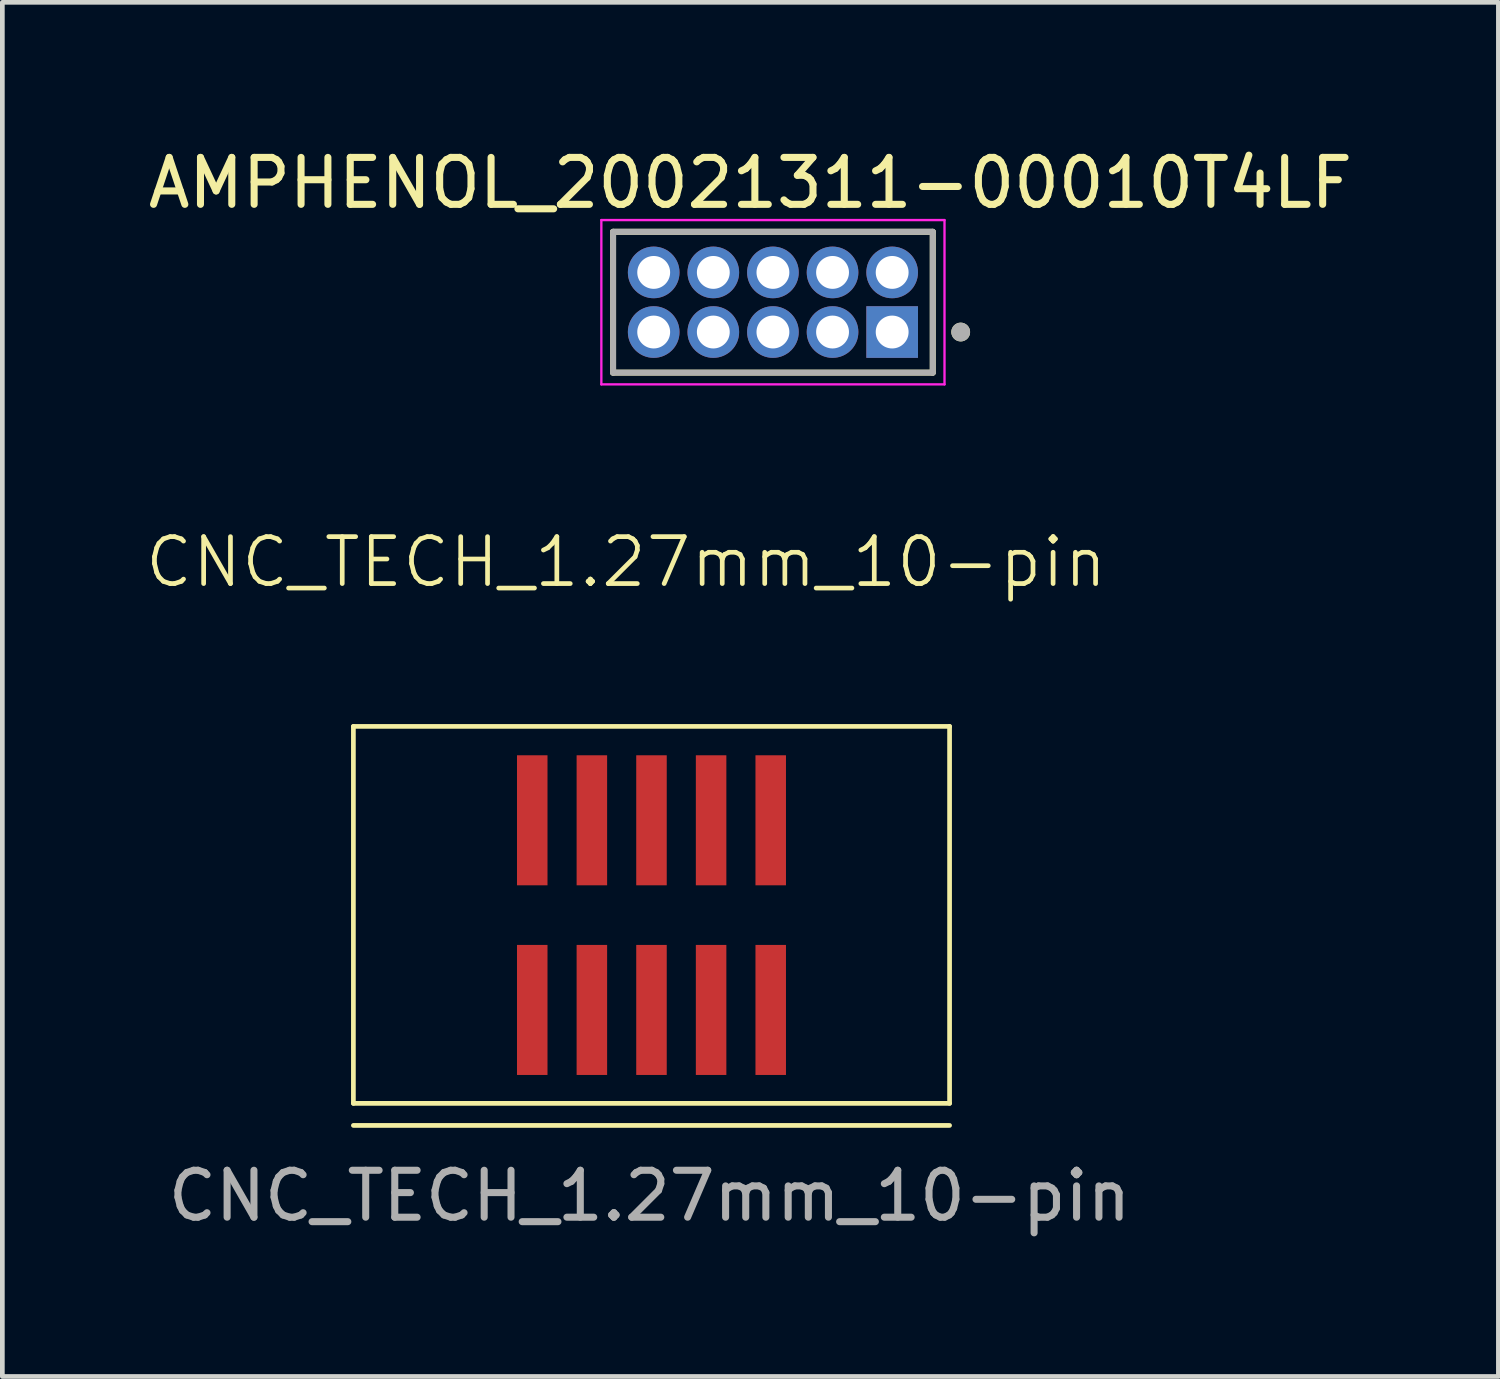
<source format=kicad_pcb>
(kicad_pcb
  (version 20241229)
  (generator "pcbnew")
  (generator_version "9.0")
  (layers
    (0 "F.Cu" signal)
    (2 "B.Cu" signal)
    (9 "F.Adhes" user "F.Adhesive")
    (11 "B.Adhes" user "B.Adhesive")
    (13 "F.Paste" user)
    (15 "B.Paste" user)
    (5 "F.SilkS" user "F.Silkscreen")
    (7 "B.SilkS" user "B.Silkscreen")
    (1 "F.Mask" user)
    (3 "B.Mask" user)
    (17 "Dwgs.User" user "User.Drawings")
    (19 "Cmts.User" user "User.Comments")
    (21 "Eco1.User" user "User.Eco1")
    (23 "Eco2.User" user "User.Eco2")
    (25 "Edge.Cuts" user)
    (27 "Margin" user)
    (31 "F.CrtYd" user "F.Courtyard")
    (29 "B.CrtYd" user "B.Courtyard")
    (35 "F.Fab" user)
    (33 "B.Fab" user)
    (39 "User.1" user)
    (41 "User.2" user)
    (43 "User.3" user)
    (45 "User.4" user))
  (footprint "CNC_TECH_1.27mm_10-pin"
    (layer "F.Cu")
    (at 10.788 16.424)
    (property "Reference" "CNC_TECH_1.27mm_10-pin" (at -0.5 -7.5 0) (unlocked yes) (layer "F.SilkS") (effects (font (size 1 1) (thickness 0.1))))
    (attr smd)
    (fp_line (start -6.31 -4) (end 6.39 -4) (stroke (width 0.1) (type default)) (layer "F.SilkS"))
    (fp_line (start -6.31 4.03) (end -6.31 -4) (stroke (width 0.1) (type default)) (layer "F.SilkS"))
    (fp_line (start -6.31 4.5) (end 6.39 4.5) (stroke (width 0.1) (type default)) (layer "F.SilkS"))
    (fp_line (start 6.39 -4) (end 6.39 4.03) (stroke (width 0.1) (type default)) (layer "F.SilkS"))
    (fp_line (start 6.39 4.03) (end -6.31 4.03) (stroke (width 0.1) (type default)) (layer "F.SilkS"))
    (fp_text user "${REFERENCE}" (at 0 6 0) (unlocked yes) (layer "F.Fab") (effects (font (size 1 1) (thickness 0.15))))
    (pad "1" smd rect (at 2.58 -2) (size 0.65 2.77) (layers "F.Cu" "F.Mask" "F.Paste"))
    (pad "2" smd rect (at 2.58 2.04) (size 0.65 2.77) (layers "F.Cu" "F.Mask" "F.Paste"))
    (pad "3" smd rect (at 1.31 -2) (size 0.65 2.77) (layers "F.Cu" "F.Mask" "F.Paste"))
    (pad "4" smd rect (at 1.31 2.04) (size 0.65 2.77) (layers "F.Cu" "F.Mask" "F.Paste"))
    (pad "5" smd rect (at 0.04 -2) (size 0.65 2.77) (layers "F.Cu" "F.Mask" "F.Paste"))
    (pad "6" smd rect (at 0.04 2.04) (size 0.65 2.77) (layers "F.Cu" "F.Mask" "F.Paste"))
    (pad "7" smd rect (at -1.23 -2) (size 0.65 2.77) (layers "F.Cu" "F.Mask" "F.Paste"))
    (pad "8" smd rect (at -1.23 2.04) (size 0.65 2.77) (layers "F.Cu" "F.Mask" "F.Paste"))
    (pad "9" smd rect (at -2.5 -2) (size 0.65 2.77) (layers "F.Cu" "F.Mask" "F.Paste"))
    (pad "10" smd rect (at -2.5 2.04) (size 0.65 2.77) (layers "F.Cu" "F.Mask" "F.Paste")))
  (footprint "AMPHENOL_20021311-00010T4LF"
    (layer "F.Cu")
    (at 13.415 3.388)
    (property "Reference" "AMPHENOL_20021311-00010T4LF" (at -0.48 -2.54 0) (layer "F.SilkS") (effects (font (size 1 1) (thickness 0.15))))
    (attr through_hole)
    (fp_line (start -3.405 -1.5) (end 3.405 -1.5) (stroke (width 0.127) (type solid)) (layer "F.SilkS"))
    (fp_line (start -3.405 1.5) (end -3.405 -1.5) (stroke (width 0.127) (type solid)) (layer "F.SilkS"))
    (fp_line (start 3.405 -1.5) (end 3.405 1.5) (stroke (width 0.127) (type solid)) (layer "F.SilkS"))
    (fp_line (start 3.405 1.5) (end -3.405 1.5) (stroke (width 0.127) (type solid)) (layer "F.SilkS"))
    (fp_circle (center 4 0.635) (end 4.1 0.635) (stroke (width 0.2) (type solid)) (fill no) (layer "F.SilkS"))
    (fp_line (start -3.655 -1.75) (end 3.655 -1.75) (stroke (width 0.05) (type solid)) (layer "F.CrtYd"))
    (fp_line (start -3.655 1.75) (end -3.655 -1.75) (stroke (width 0.05) (type solid)) (layer "F.CrtYd"))
    (fp_line (start 3.655 -1.75) (end 3.655 1.75) (stroke (width 0.05) (type solid)) (layer "F.CrtYd"))
    (fp_line (start 3.655 1.75) (end -3.655 1.75) (stroke (width 0.05) (type solid)) (layer "F.CrtYd"))
    (fp_line (start -3.405 -1.5) (end 3.405 -1.5) (stroke (width 0.127) (type solid)) (layer "F.Fab"))
    (fp_line (start -3.405 1.5) (end -3.405 -1.5) (stroke (width 0.127) (type solid)) (layer "F.Fab"))
    (fp_line (start 3.405 -1.5) (end 3.405 1.5) (stroke (width 0.127) (type solid)) (layer "F.Fab"))
    (fp_line (start 3.405 1.5) (end -3.405 1.5) (stroke (width 0.127) (type solid)) (layer "F.Fab"))
    (fp_circle (center 4 0.635) (end 4.1 0.635) (stroke (width 0.2) (type solid)) (fill no) (layer "F.Fab"))
    (pad "1" thru_hole rect (at 2.54 0.635) (size 1.1 1.1) (drill 0.7) (layers "*.Cu" "*.Mask"))
    (pad "2" thru_hole circle (at 2.54 -0.635) (size 1.1 1.1) (drill 0.7) (layers "*.Cu" "*.Mask"))
    (pad "3" thru_hole circle (at 1.27 0.635) (size 1.1 1.1) (drill 0.7) (layers "*.Cu" "*.Mask"))
    (pad "4" thru_hole circle (at 1.27 -0.635) (size 1.1 1.1) (drill 0.7) (layers "*.Cu" "*.Mask"))
    (pad "5" thru_hole circle (at 0 0.635) (size 1.1 1.1) (drill 0.7) (layers "*.Cu" "*.Mask"))
    (pad "6" thru_hole circle (at 0 -0.635) (size 1.1 1.1) (drill 0.7) (layers "*.Cu" "*.Mask"))
    (pad "7" thru_hole circle (at -1.27 0.635) (size 1.1 1.1) (drill 0.7) (layers "*.Cu" "*.Mask"))
    (pad "8" thru_hole circle (at -1.27 -0.635) (size 1.1 1.1) (drill 0.7) (layers "*.Cu" "*.Mask"))
    (pad "9" thru_hole circle (at -2.54 0.635) (size 1.1 1.1) (drill 0.7) (layers "*.Cu" "*.Mask"))
    (pad "10" thru_hole circle (at -2.54 -0.635) (size 1.1 1.1) (drill 0.7) (layers "*.Cu" "*.Mask")))
  (gr_rect
    (start -3 -3)
    (end 28.869 26.272)
    (stroke (width 0.1) (type default))
    (fill no)
    (layer "Edge.Cuts")))
</source>
